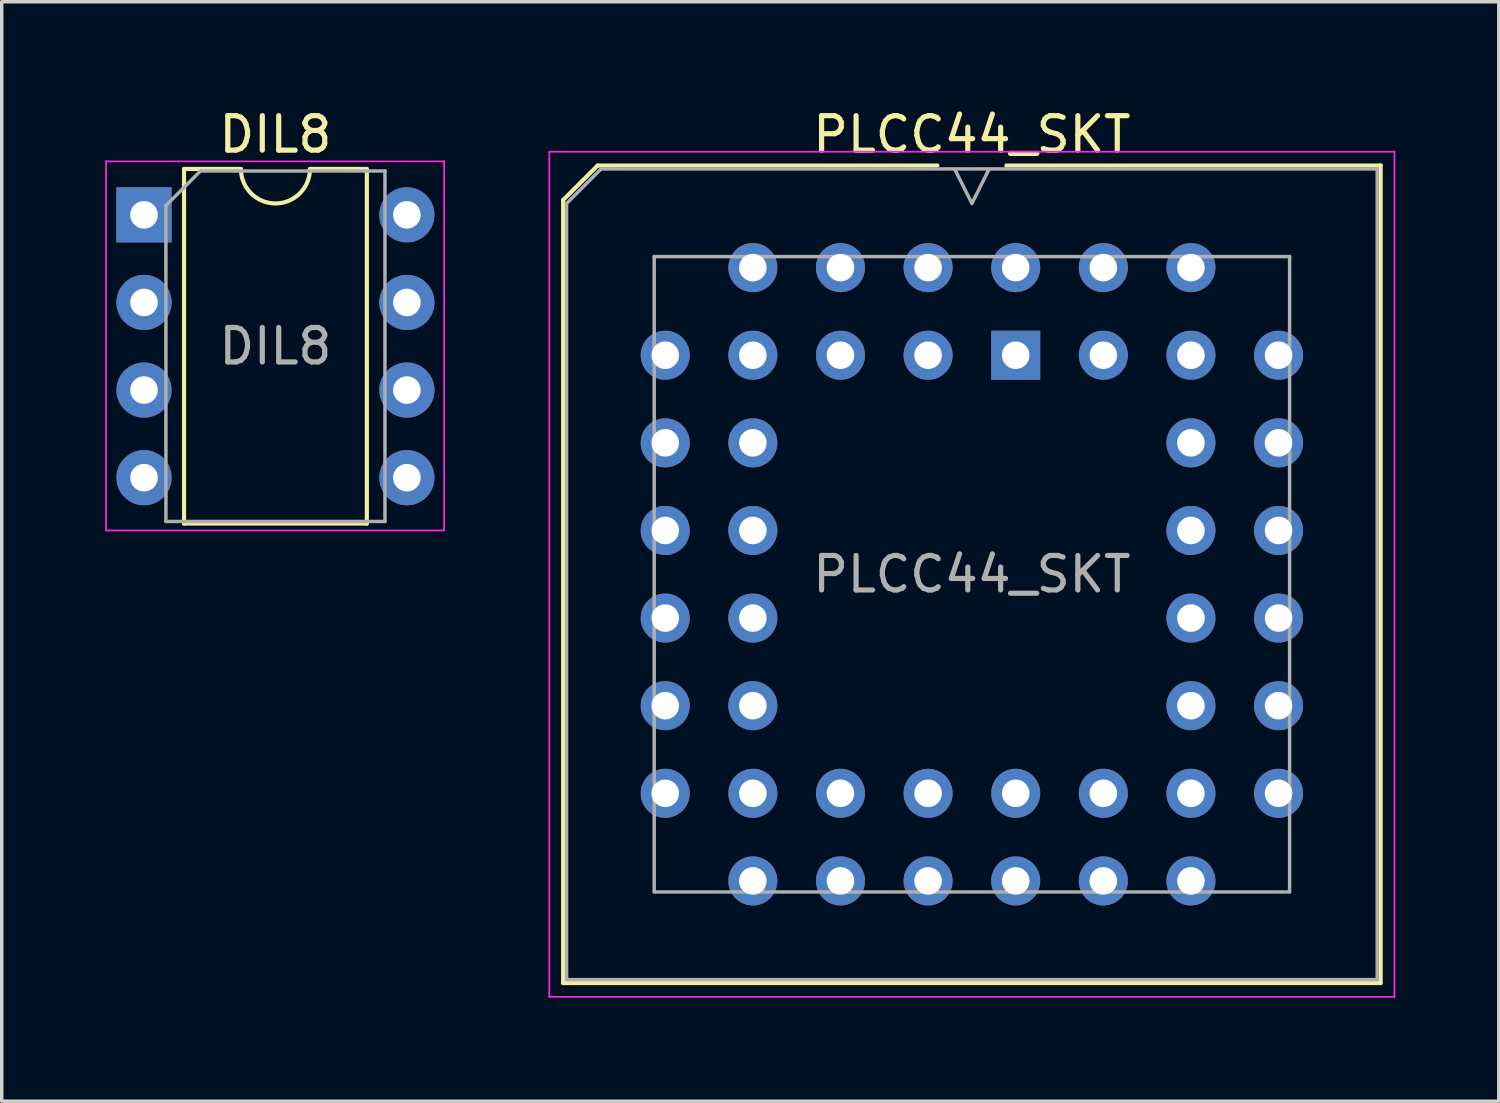
<source format=kicad_pcb>
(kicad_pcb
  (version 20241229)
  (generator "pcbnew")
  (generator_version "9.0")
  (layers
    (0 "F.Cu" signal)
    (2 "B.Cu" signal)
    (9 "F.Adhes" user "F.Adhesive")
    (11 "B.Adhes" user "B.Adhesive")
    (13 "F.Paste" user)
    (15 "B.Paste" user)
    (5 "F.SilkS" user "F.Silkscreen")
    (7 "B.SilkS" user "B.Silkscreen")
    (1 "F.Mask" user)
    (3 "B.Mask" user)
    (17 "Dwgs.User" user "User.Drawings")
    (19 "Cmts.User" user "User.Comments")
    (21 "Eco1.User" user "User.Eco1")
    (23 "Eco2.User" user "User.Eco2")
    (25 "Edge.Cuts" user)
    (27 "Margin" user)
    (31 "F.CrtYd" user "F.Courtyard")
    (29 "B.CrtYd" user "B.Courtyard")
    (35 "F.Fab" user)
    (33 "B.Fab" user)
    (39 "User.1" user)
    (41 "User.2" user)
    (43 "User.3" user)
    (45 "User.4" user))
  (footprint "DIL8"
    (layer "F.Cu")
    (at 1.125 3.178)
    (property "Reference" "DIL8" (at 3.81 -2.33 0) (layer "F.SilkS") (effects (font (size 1 1) (thickness 0.15))))
    (attr through_hole)
    (fp_line (start 1.16 -1.33) (end 1.16 8.95) (stroke (width 0.12) (type solid)) (layer "F.SilkS"))
    (fp_line (start 1.16 8.95) (end 6.46 8.95) (stroke (width 0.12) (type solid)) (layer "F.SilkS"))
    (fp_line (start 2.81 -1.33) (end 1.16 -1.33) (stroke (width 0.12) (type solid)) (layer "F.SilkS"))
    (fp_line (start 6.46 -1.33) (end 4.81 -1.33) (stroke (width 0.12) (type solid)) (layer "F.SilkS"))
    (fp_line (start 6.46 8.95) (end 6.46 -1.33) (stroke (width 0.12) (type solid)) (layer "F.SilkS"))
    (fp_arc (start 4.81 -1.33) (mid 3.81 -0.33) (end 2.81 -1.33) (stroke (width 0.12) (type solid)) (layer "F.SilkS"))
    (fp_line (start -1.1 -1.55) (end -1.1 9.15) (stroke (width 0.05) (type solid)) (layer "F.CrtYd"))
    (fp_line (start -1.1 9.15) (end 8.7 9.15) (stroke (width 0.05) (type solid)) (layer "F.CrtYd"))
    (fp_line (start 8.7 -1.55) (end -1.1 -1.55) (stroke (width 0.05) (type solid)) (layer "F.CrtYd"))
    (fp_line (start 8.7 9.15) (end 8.7 -1.55) (stroke (width 0.05) (type solid)) (layer "F.CrtYd"))
    (fp_line (start 0.635 -0.27) (end 1.635 -1.27) (stroke (width 0.1) (type solid)) (layer "F.Fab"))
    (fp_line (start 0.635 8.89) (end 0.635 -0.27) (stroke (width 0.1) (type solid)) (layer "F.Fab"))
    (fp_line (start 1.635 -1.27) (end 6.985 -1.27) (stroke (width 0.1) (type solid)) (layer "F.Fab"))
    (fp_line (start 6.985 -1.27) (end 6.985 8.89) (stroke (width 0.1) (type solid)) (layer "F.Fab"))
    (fp_line (start 6.985 8.89) (end 0.635 8.89) (stroke (width 0.1) (type solid)) (layer "F.Fab"))
    (fp_text user "${REFERENCE}" (at 3.81 3.81 0) (layer "F.Fab") (effects (font (size 1 1) (thickness 0.15))))
    (pad "1" thru_hole rect (at 0 0) (size 1.6 1.6) (drill 0.8) (layers "*.Cu" "*.Mask"))
    (pad "2" thru_hole oval (at 0 2.54) (size 1.6 1.6) (drill 0.8) (layers "*.Cu" "*.Mask"))
    (pad "3" thru_hole oval (at 0 5.08) (size 1.6 1.6) (drill 0.8) (layers "*.Cu" "*.Mask"))
    (pad "4" thru_hole oval (at 0 7.62) (size 1.6 1.6) (drill 0.8) (layers "*.Cu" "*.Mask"))
    (pad "5" thru_hole oval (at 7.62 7.62) (size 1.6 1.6) (drill 0.8) (layers "*.Cu" "*.Mask"))
    (pad "6" thru_hole oval (at 7.62 5.08) (size 1.6 1.6) (drill 0.8) (layers "*.Cu" "*.Mask"))
    (pad "7" thru_hole oval (at 7.62 2.54) (size 1.6 1.6) (drill 0.8) (layers "*.Cu" "*.Mask"))
    (pad "8" thru_hole oval (at 7.62 0) (size 1.6 1.6) (drill 0.8) (layers "*.Cu" "*.Mask")))
  (footprint "PLCC44_SKT"
    (layer "F.Cu")
    (at 26.395 7.248)
    (property "Reference" "PLCC44_SKT" (at -1.27 -6.4 0) (layer "F.SilkS") (effects (font (size 1 1) (thickness 0.15))))
    (attr through_hole)
    (fp_line (start -13.12 -4.5) (end -13.12 18.2) (stroke (width 0.12) (type solid)) (layer "F.SilkS"))
    (fp_line (start -13.12 18.2) (end 10.58 18.2) (stroke (width 0.12) (type solid)) (layer "F.SilkS"))
    (fp_line (start -12.12 -5.5) (end -13.12 -4.5) (stroke (width 0.12) (type solid)) (layer "F.SilkS"))
    (fp_line (start -2.27 -5.5) (end -12.12 -5.5) (stroke (width 0.12) (type solid)) (layer "F.SilkS"))
    (fp_line (start 10.58 -5.5) (end -0.27 -5.5) (stroke (width 0.12) (type solid)) (layer "F.SilkS"))
    (fp_line (start 10.58 18.2) (end 10.58 -5.5) (stroke (width 0.12) (type solid)) (layer "F.SilkS"))
    (fp_line (start -13.52 -5.9) (end -13.52 18.6) (stroke (width 0.05) (type solid)) (layer "F.CrtYd"))
    (fp_line (start -13.52 18.6) (end 10.98 18.6) (stroke (width 0.05) (type solid)) (layer "F.CrtYd"))
    (fp_line (start 10.98 -5.9) (end -13.52 -5.9) (stroke (width 0.05) (type solid)) (layer "F.CrtYd"))
    (fp_line (start 10.98 18.6) (end 10.98 -5.9) (stroke (width 0.05) (type solid)) (layer "F.CrtYd"))
    (fp_line (start -13.02 -4.4) (end -13.02 18.1) (stroke (width 0.1) (type solid)) (layer "F.Fab"))
    (fp_line (start -13.02 18.1) (end 10.48 18.1) (stroke (width 0.1) (type solid)) (layer "F.Fab"))
    (fp_line (start -12.02 -5.4) (end -13.02 -4.4) (stroke (width 0.1) (type solid)) (layer "F.Fab"))
    (fp_line (start -10.48 -2.86) (end -10.48 15.56) (stroke (width 0.1) (type solid)) (layer "F.Fab"))
    (fp_line (start -10.48 15.56) (end 7.94 15.56) (stroke (width 0.1) (type solid)) (layer "F.Fab"))
    (fp_line (start -1.77 -5.4) (end -1.27 -4.4) (stroke (width 0.1) (type solid)) (layer "F.Fab"))
    (fp_line (start -1.27 -4.4) (end -0.77 -5.4) (stroke (width 0.1) (type solid)) (layer "F.Fab"))
    (fp_line (start 7.94 -2.86) (end -10.48 -2.86) (stroke (width 0.1) (type solid)) (layer "F.Fab"))
    (fp_line (start 7.94 15.56) (end 7.94 -2.86) (stroke (width 0.1) (type solid)) (layer "F.Fab"))
    (fp_line (start 10.48 -5.4) (end -12.02 -5.4) (stroke (width 0.1) (type solid)) (layer "F.Fab"))
    (fp_line (start 10.48 18.1) (end 10.48 -5.4) (stroke (width 0.1) (type solid)) (layer "F.Fab"))
    (fp_text user "${REFERENCE}" (at -1.27 6.35 0) (layer "F.Fab") (effects (font (size 1 1) (thickness 0.15))))
    (pad "1" thru_hole rect (at 0 0) (size 1.422 1.422) (drill 0.8) (layers "*.Cu" "*.Mask"))
    (pad "2" thru_hole circle (at -2.54 -2.54) (size 1.422 1.422) (drill 0.8) (layers "*.Cu" "*.Mask"))
    (pad "3" thru_hole circle (at -2.54 0) (size 1.422 1.422) (drill 0.8) (layers "*.Cu" "*.Mask"))
    (pad "4" thru_hole circle (at -5.08 -2.54) (size 1.422 1.422) (drill 0.8) (layers "*.Cu" "*.Mask"))
    (pad "5" thru_hole circle (at -5.08 0) (size 1.422 1.422) (drill 0.8) (layers "*.Cu" "*.Mask"))
    (pad "6" thru_hole circle (at -7.62 -2.54) (size 1.422 1.422) (drill 0.8) (layers "*.Cu" "*.Mask"))
    (pad "7" thru_hole circle (at -10.16 0) (size 1.422 1.422) (drill 0.8) (layers "*.Cu" "*.Mask"))
    (pad "8" thru_hole circle (at -7.62 0) (size 1.422 1.422) (drill 0.8) (layers "*.Cu" "*.Mask"))
    (pad "9" thru_hole circle (at -10.16 2.54) (size 1.422 1.422) (drill 0.8) (layers "*.Cu" "*.Mask"))
    (pad "10" thru_hole circle (at -7.62 2.54) (size 1.422 1.422) (drill 0.8) (layers "*.Cu" "*.Mask"))
    (pad "11" thru_hole circle (at -10.16 5.08) (size 1.422 1.422) (drill 0.8) (layers "*.Cu" "*.Mask"))
    (pad "12" thru_hole circle (at -7.62 5.08) (size 1.422 1.422) (drill 0.8) (layers "*.Cu" "*.Mask"))
    (pad "13" thru_hole circle (at -10.16 7.62) (size 1.422 1.422) (drill 0.8) (layers "*.Cu" "*.Mask"))
    (pad "14" thru_hole circle (at -7.62 7.62) (size 1.422 1.422) (drill 0.8) (layers "*.Cu" "*.Mask"))
    (pad "15" thru_hole circle (at -10.16 10.16) (size 1.422 1.422) (drill 0.8) (layers "*.Cu" "*.Mask"))
    (pad "16" thru_hole circle (at -7.62 10.16) (size 1.422 1.422) (drill 0.8) (layers "*.Cu" "*.Mask"))
    (pad "17" thru_hole circle (at -10.16 12.7) (size 1.422 1.422) (drill 0.8) (layers "*.Cu" "*.Mask"))
    (pad "18" thru_hole circle (at -7.62 15.24) (size 1.422 1.422) (drill 0.8) (layers "*.Cu" "*.Mask"))
    (pad "19" thru_hole circle (at -7.62 12.7) (size 1.422 1.422) (drill 0.8) (layers "*.Cu" "*.Mask"))
    (pad "20" thru_hole circle (at -5.08 15.24) (size 1.422 1.422) (drill 0.8) (layers "*.Cu" "*.Mask"))
    (pad "21" thru_hole circle (at -5.08 12.7) (size 1.422 1.422) (drill 0.8) (layers "*.Cu" "*.Mask"))
    (pad "22" thru_hole circle (at -2.54 15.24) (size 1.422 1.422) (drill 0.8) (layers "*.Cu" "*.Mask"))
    (pad "23" thru_hole circle (at -2.54 12.7) (size 1.422 1.422) (drill 0.8) (layers "*.Cu" "*.Mask"))
    (pad "24" thru_hole circle (at 0 15.24) (size 1.422 1.422) (drill 0.8) (layers "*.Cu" "*.Mask"))
    (pad "25" thru_hole circle (at 0 12.7) (size 1.422 1.422) (drill 0.8) (layers "*.Cu" "*.Mask"))
    (pad "26" thru_hole circle (at 2.54 15.24) (size 1.422 1.422) (drill 0.8) (layers "*.Cu" "*.Mask"))
    (pad "27" thru_hole circle (at 2.54 12.7) (size 1.422 1.422) (drill 0.8) (layers "*.Cu" "*.Mask"))
    (pad "28" thru_hole circle (at 5.08 15.24) (size 1.422 1.422) (drill 0.8) (layers "*.Cu" "*.Mask"))
    (pad "29" thru_hole circle (at 7.62 12.7) (size 1.422 1.422) (drill 0.8) (layers "*.Cu" "*.Mask"))
    (pad "30" thru_hole circle (at 5.08 12.7) (size 1.422 1.422) (drill 0.8) (layers "*.Cu" "*.Mask"))
    (pad "31" thru_hole circle (at 7.62 10.16) (size 1.422 1.422) (drill 0.8) (layers "*.Cu" "*.Mask"))
    (pad "32" thru_hole circle (at 5.08 10.16) (size 1.422 1.422) (drill 0.8) (layers "*.Cu" "*.Mask"))
    (pad "33" thru_hole circle (at 7.62 7.62) (size 1.422 1.422) (drill 0.8) (layers "*.Cu" "*.Mask"))
    (pad "34" thru_hole circle (at 5.08 7.62) (size 1.422 1.422) (drill 0.8) (layers "*.Cu" "*.Mask"))
    (pad "35" thru_hole circle (at 7.62 5.08) (size 1.422 1.422) (drill 0.8) (layers "*.Cu" "*.Mask"))
    (pad "36" thru_hole circle (at 5.08 5.08) (size 1.422 1.422) (drill 0.8) (layers "*.Cu" "*.Mask"))
    (pad "37" thru_hole circle (at 7.62 2.54) (size 1.422 1.422) (drill 0.8) (layers "*.Cu" "*.Mask"))
    (pad "38" thru_hole circle (at 5.08 2.54) (size 1.422 1.422) (drill 0.8) (layers "*.Cu" "*.Mask"))
    (pad "39" thru_hole circle (at 7.62 0) (size 1.422 1.422) (drill 0.8) (layers "*.Cu" "*.Mask"))
    (pad "40" thru_hole circle (at 5.08 -2.54) (size 1.422 1.422) (drill 0.8) (layers "*.Cu" "*.Mask"))
    (pad "41" thru_hole circle (at 5.08 0) (size 1.422 1.422) (drill 0.8) (layers "*.Cu" "*.Mask"))
    (pad "42" thru_hole circle (at 2.54 -2.54) (size 1.422 1.422) (drill 0.8) (layers "*.Cu" "*.Mask"))
    (pad "43" thru_hole circle (at 2.54 0) (size 1.422 1.422) (drill 0.8) (layers "*.Cu" "*.Mask"))
    (pad "44" thru_hole circle (at 0 -2.54) (size 1.422 1.422) (drill 0.8) (layers "*.Cu" "*.Mask")))
  (gr_rect
    (start -3 -3)
    (end 40.4 28.873)
    (stroke (width 0.1) (type default))
    (fill no)
    (layer "Edge.Cuts")))
</source>
